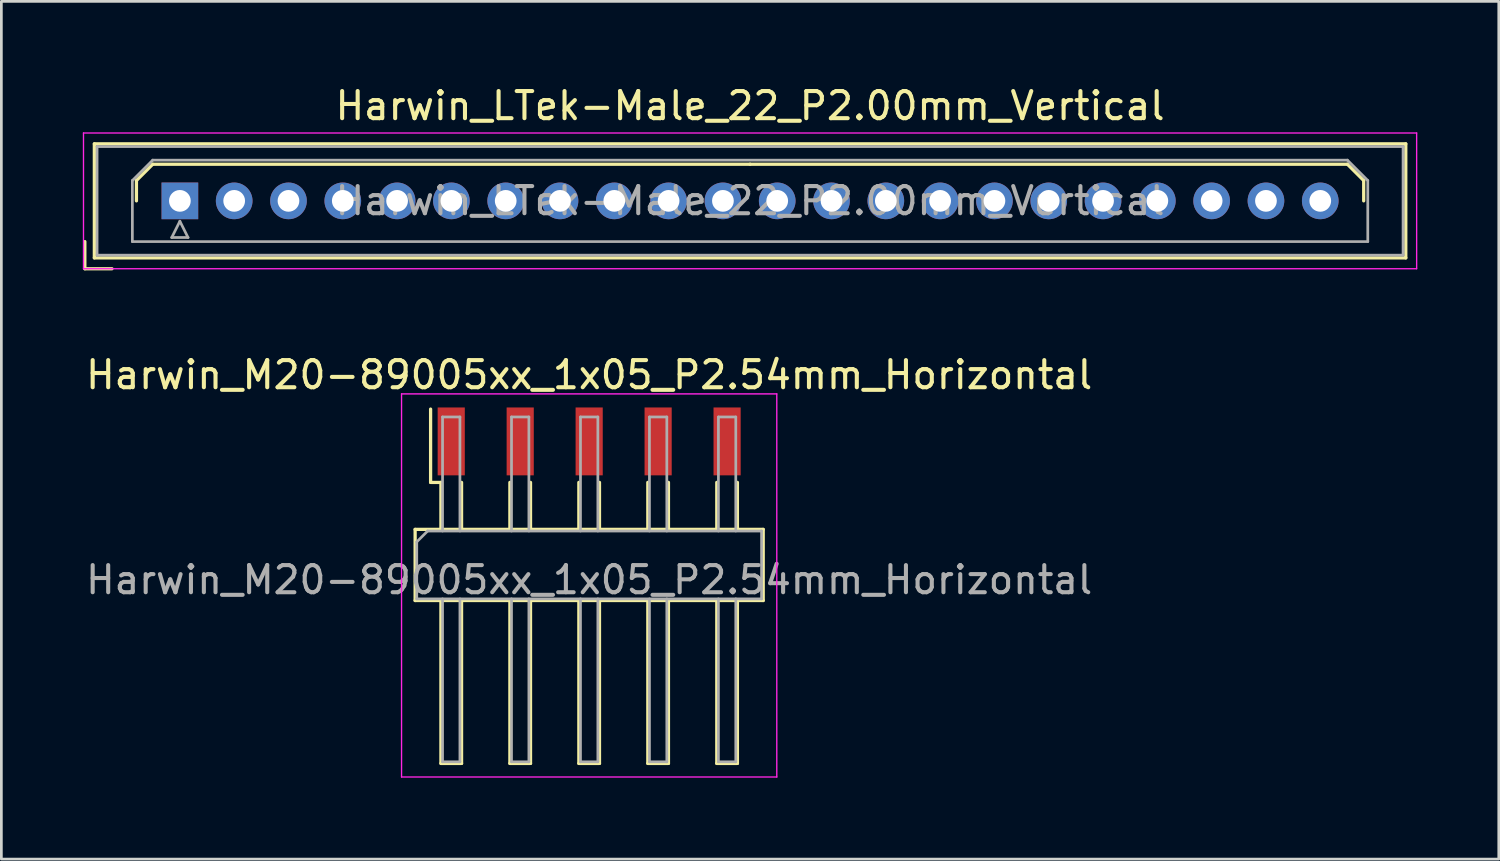
<source format=kicad_pcb>
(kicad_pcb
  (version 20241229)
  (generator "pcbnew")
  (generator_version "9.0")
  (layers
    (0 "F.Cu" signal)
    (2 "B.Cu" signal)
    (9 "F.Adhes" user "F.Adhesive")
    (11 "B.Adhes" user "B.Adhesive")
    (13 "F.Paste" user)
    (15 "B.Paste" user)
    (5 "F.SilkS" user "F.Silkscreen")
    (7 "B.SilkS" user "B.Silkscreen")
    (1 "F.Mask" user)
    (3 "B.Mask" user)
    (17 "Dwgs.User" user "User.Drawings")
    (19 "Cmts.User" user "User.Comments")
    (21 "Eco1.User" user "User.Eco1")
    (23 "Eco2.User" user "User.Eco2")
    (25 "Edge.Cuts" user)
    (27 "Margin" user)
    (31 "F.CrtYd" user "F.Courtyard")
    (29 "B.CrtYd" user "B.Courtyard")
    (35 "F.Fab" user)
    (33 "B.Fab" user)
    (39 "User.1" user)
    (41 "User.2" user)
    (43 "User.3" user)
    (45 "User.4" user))
  (footprint "Harwin_LTek-Male_22_P2.00mm_Vertical"
    (layer "F.Cu")
    (at 3.575 4.348)
    (property "Reference" "Harwin_LTek-Male_22_P2.00mm_Vertical" (at 21 -3.5 0) (layer "F.SilkS") (effects (font (size 1 1) (thickness 0.15))))
    (attr through_hole)
    (fp_line (start -3.5 1.5) (end -3.5 2.5) (stroke (width 0.12) (type solid)) (layer "F.SilkS"))
    (fp_line (start -3.5 2.5) (end -2.5 2.5) (stroke (width 0.12) (type solid)) (layer "F.SilkS"))
    (fp_line (start -3.15 -2.1) (end -3.15 2.1) (stroke (width 0.12) (type solid)) (layer "F.SilkS"))
    (fp_line (start -3.15 2.1) (end 45.15 2.1) (stroke (width 0.12) (type solid)) (layer "F.SilkS"))
    (fp_line (start -1.6 -0.75) (end -1 -1.35) (stroke (width 0.12) (type solid)) (layer "F.SilkS"))
    (fp_line (start -1.6 0) (end -1.6 -0.75) (stroke (width 0.12) (type solid)) (layer "F.SilkS"))
    (fp_line (start -1 -1.35) (end 21 -1.35) (stroke (width 0.12) (type solid)) (layer "F.SilkS"))
    (fp_line (start 43 -1.35) (end 21 -1.35) (stroke (width 0.12) (type solid)) (layer "F.SilkS"))
    (fp_line (start 43.6 -0.75) (end 43 -1.35) (stroke (width 0.12) (type solid)) (layer "F.SilkS"))
    (fp_line (start 43.6 0) (end 43.6 -0.75) (stroke (width 0.12) (type solid)) (layer "F.SilkS"))
    (fp_line (start 45.15 -2.1) (end -3.15 -2.1) (stroke (width 0.12) (type solid)) (layer "F.SilkS"))
    (fp_line (start 45.15 2.1) (end 45.15 -2.1) (stroke (width 0.12) (type solid)) (layer "F.SilkS"))
    (fp_line (start -3.55 -2.5) (end -3.55 2.5) (stroke (width 0.05) (type solid)) (layer "F.CrtYd"))
    (fp_line (start -3.55 2.5) (end 45.55 2.5) (stroke (width 0.05) (type solid)) (layer "F.CrtYd"))
    (fp_line (start 45.55 -2.5) (end -3.55 -2.5) (stroke (width 0.05) (type solid)) (layer "F.CrtYd"))
    (fp_line (start 45.55 2.5) (end 45.55 -2.5) (stroke (width 0.05) (type solid)) (layer "F.CrtYd"))
    (fp_line (start -3.05 -2) (end -3.05 2) (stroke (width 0.1) (type solid)) (layer "F.Fab"))
    (fp_line (start -3.05 2) (end 45.05 2) (stroke (width 0.1) (type solid)) (layer "F.Fab"))
    (fp_line (start -1.75 -0.75) (end -1 -1.5) (stroke (width 0.1) (type solid)) (layer "F.Fab"))
    (fp_line (start -1.75 1.5) (end -1.75 -0.75) (stroke (width 0.1) (type solid)) (layer "F.Fab"))
    (fp_line (start -1 -1.5) (end 43 -1.5) (stroke (width 0.1) (type solid)) (layer "F.Fab"))
    (fp_line (start -0.3 1.35) (end 0.3 1.35) (stroke (width 0.1) (type solid)) (layer "F.Fab"))
    (fp_line (start 0 0.75) (end -0.3 1.35) (stroke (width 0.1) (type solid)) (layer "F.Fab"))
    (fp_line (start 0.3 1.35) (end 0 0.75) (stroke (width 0.1) (type solid)) (layer "F.Fab"))
    (fp_line (start 43 -1.5) (end 43.75 -0.75) (stroke (width 0.1) (type solid)) (layer "F.Fab"))
    (fp_line (start 43.75 -0.75) (end 43.75 1.5) (stroke (width 0.1) (type solid)) (layer "F.Fab"))
    (fp_line (start 43.75 1.5) (end -1.75 1.5) (stroke (width 0.1) (type solid)) (layer "F.Fab"))
    (fp_line (start 45.05 -2) (end -3.05 -2) (stroke (width 0.1) (type solid)) (layer "F.Fab"))
    (fp_line (start 45.05 2) (end 45.05 -2) (stroke (width 0.1) (type solid)) (layer "F.Fab"))
    (fp_text user "${REFERENCE}" (at 21 0 0) (layer "F.Fab") (effects (font (size 1 1) (thickness 0.15))))
    (pad "1" thru_hole rect (at 0 0) (size 1.35 1.35) (drill 0.8) (layers "*.Cu" "*.Mask"))
    (pad "2" thru_hole circle (at 2 0) (size 1.35 1.35) (drill 0.8) (layers "*.Cu" "*.Mask"))
    (pad "3" thru_hole circle (at 4 0) (size 1.35 1.35) (drill 0.8) (layers "*.Cu" "*.Mask"))
    (pad "4" thru_hole circle (at 6 0) (size 1.35 1.35) (drill 0.8) (layers "*.Cu" "*.Mask"))
    (pad "5" thru_hole circle (at 8 0) (size 1.35 1.35) (drill 0.8) (layers "*.Cu" "*.Mask"))
    (pad "6" thru_hole circle (at 10 0) (size 1.35 1.35) (drill 0.8) (layers "*.Cu" "*.Mask"))
    (pad "7" thru_hole circle (at 12 0) (size 1.35 1.35) (drill 0.8) (layers "*.Cu" "*.Mask"))
    (pad "8" thru_hole circle (at 14 0) (size 1.35 1.35) (drill 0.8) (layers "*.Cu" "*.Mask"))
    (pad "9" thru_hole circle (at 16 0) (size 1.35 1.35) (drill 0.8) (layers "*.Cu" "*.Mask"))
    (pad "10" thru_hole circle (at 18 0) (size 1.35 1.35) (drill 0.8) (layers "*.Cu" "*.Mask"))
    (pad "11" thru_hole circle (at 20 0) (size 1.35 1.35) (drill 0.8) (layers "*.Cu" "*.Mask"))
    (pad "12" thru_hole circle (at 22 0) (size 1.35 1.35) (drill 0.8) (layers "*.Cu" "*.Mask"))
    (pad "13" thru_hole circle (at 24 0) (size 1.35 1.35) (drill 0.8) (layers "*.Cu" "*.Mask"))
    (pad "14" thru_hole circle (at 26 0) (size 1.35 1.35) (drill 0.8) (layers "*.Cu" "*.Mask"))
    (pad "15" thru_hole circle (at 28 0) (size 1.35 1.35) (drill 0.8) (layers "*.Cu" "*.Mask"))
    (pad "16" thru_hole circle (at 30 0) (size 1.35 1.35) (drill 0.8) (layers "*.Cu" "*.Mask"))
    (pad "17" thru_hole circle (at 32 0) (size 1.35 1.35) (drill 0.8) (layers "*.Cu" "*.Mask"))
    (pad "18" thru_hole circle (at 34 0) (size 1.35 1.35) (drill 0.8) (layers "*.Cu" "*.Mask"))
    (pad "19" thru_hole circle (at 36 0) (size 1.35 1.35) (drill 0.8) (layers "*.Cu" "*.Mask"))
    (pad "20" thru_hole circle (at 38 0) (size 1.35 1.35) (drill 0.8) (layers "*.Cu" "*.Mask"))
    (pad "21" thru_hole circle (at 40 0) (size 1.35 1.35) (drill 0.8) (layers "*.Cu" "*.Mask"))
    (pad "22" thru_hole circle (at 42 0) (size 1.35 1.35) (drill 0.8) (layers "*.Cu" "*.Mask")))
  (footprint "Harwin_M20-89005xx_1x05_P2.54mm_Horizontal"
    (layer "F.Cu")
    (at 18.649 13.207)
    (property "Reference" "Harwin_M20-89005xx_1x05_P2.54mm_Horizontal" (at 0 -2.45 0) (layer "F.SilkS") (effects (font (size 1 1) (thickness 0.15))))
    (attr smd)
    (fp_line (start -6.41 3.24) (end -6.41 5.86) (stroke (width 0.12) (type solid)) (layer "F.SilkS"))
    (fp_line (start -6.41 5.86) (end 6.41 5.86) (stroke (width 0.12) (type solid)) (layer "F.SilkS"))
    (fp_line (start -5.84 1.51) (end -5.84 -1.19) (stroke (width 0.12) (type solid)) (layer "F.SilkS"))
    (fp_line (start -5.46 1.51) (end -5.84 1.51) (stroke (width 0.12) (type solid)) (layer "F.SilkS"))
    (fp_line (start -5.46 1.51) (end -5.46 3.24) (stroke (width 0.12) (type solid)) (layer "F.SilkS"))
    (fp_line (start -5.46 5.86) (end -5.46 11.86) (stroke (width 0.12) (type solid)) (layer "F.SilkS"))
    (fp_line (start -5.46 11.86) (end -4.7 11.86) (stroke (width 0.12) (type solid)) (layer "F.SilkS"))
    (fp_line (start -4.7 1.51) (end -4.7 3.24) (stroke (width 0.12) (type solid)) (layer "F.SilkS"))
    (fp_line (start -4.7 11.86) (end -4.7 5.86) (stroke (width 0.12) (type solid)) (layer "F.SilkS"))
    (fp_line (start -2.92 1.51) (end -2.92 3.24) (stroke (width 0.12) (type solid)) (layer "F.SilkS"))
    (fp_line (start -2.92 5.86) (end -2.92 11.86) (stroke (width 0.12) (type solid)) (layer "F.SilkS"))
    (fp_line (start -2.92 11.86) (end -2.16 11.86) (stroke (width 0.12) (type solid)) (layer "F.SilkS"))
    (fp_line (start -2.16 1.51) (end -2.16 3.24) (stroke (width 0.12) (type solid)) (layer "F.SilkS"))
    (fp_line (start -2.16 11.86) (end -2.16 5.86) (stroke (width 0.12) (type solid)) (layer "F.SilkS"))
    (fp_line (start -0.38 1.51) (end -0.38 3.24) (stroke (width 0.12) (type solid)) (layer "F.SilkS"))
    (fp_line (start -0.38 5.86) (end -0.38 11.86) (stroke (width 0.12) (type solid)) (layer "F.SilkS"))
    (fp_line (start -0.38 11.86) (end 0.38 11.86) (stroke (width 0.12) (type solid)) (layer "F.SilkS"))
    (fp_line (start 0.38 1.51) (end 0.38 3.24) (stroke (width 0.12) (type solid)) (layer "F.SilkS"))
    (fp_line (start 0.38 11.86) (end 0.38 5.86) (stroke (width 0.12) (type solid)) (layer "F.SilkS"))
    (fp_line (start 2.16 1.51) (end 2.16 3.24) (stroke (width 0.12) (type solid)) (layer "F.SilkS"))
    (fp_line (start 2.16 5.86) (end 2.16 11.86) (stroke (width 0.12) (type solid)) (layer "F.SilkS"))
    (fp_line (start 2.16 11.86) (end 2.92 11.86) (stroke (width 0.12) (type solid)) (layer "F.SilkS"))
    (fp_line (start 2.92 1.51) (end 2.92 3.24) (stroke (width 0.12) (type solid)) (layer "F.SilkS"))
    (fp_line (start 2.92 11.86) (end 2.92 5.86) (stroke (width 0.12) (type solid)) (layer "F.SilkS"))
    (fp_line (start 4.7 1.51) (end 4.7 3.24) (stroke (width 0.12) (type solid)) (layer "F.SilkS"))
    (fp_line (start 4.7 5.86) (end 4.7 11.86) (stroke (width 0.12) (type solid)) (layer "F.SilkS"))
    (fp_line (start 4.7 11.86) (end 5.46 11.86) (stroke (width 0.12) (type solid)) (layer "F.SilkS"))
    (fp_line (start 5.46 1.51) (end 5.46 3.24) (stroke (width 0.12) (type solid)) (layer "F.SilkS"))
    (fp_line (start 5.46 11.86) (end 5.46 5.86) (stroke (width 0.12) (type solid)) (layer "F.SilkS"))
    (fp_line (start 6.41 3.24) (end -6.41 3.24) (stroke (width 0.12) (type solid)) (layer "F.SilkS"))
    (fp_line (start 6.41 5.86) (end 6.41 3.24) (stroke (width 0.12) (type solid)) (layer "F.SilkS"))
    (fp_line (start -6.91 -1.75) (end 6.91 -1.75) (stroke (width 0.05) (type solid)) (layer "F.CrtYd"))
    (fp_line (start -6.91 12.36) (end -6.91 -1.75) (stroke (width 0.05) (type solid)) (layer "F.CrtYd"))
    (fp_line (start 6.91 -1.75) (end 6.91 12.36) (stroke (width 0.05) (type solid)) (layer "F.CrtYd"))
    (fp_line (start 6.91 12.36) (end -6.91 12.36) (stroke (width 0.05) (type solid)) (layer "F.CrtYd"))
    (fp_line (start -6.35 3.7) (end -6.35 5.8) (stroke (width 0.1) (type solid)) (layer "F.Fab"))
    (fp_line (start -6.35 5.8) (end 6.35 5.8) (stroke (width 0.1) (type solid)) (layer "F.Fab"))
    (fp_line (start -5.95 3.3) (end -6.35 3.7) (stroke (width 0.1) (type solid)) (layer "F.Fab"))
    (fp_line (start -5.4 -0.9) (end -4.76 -0.9) (stroke (width 0.1) (type solid)) (layer "F.Fab"))
    (fp_line (start -5.4 3.3) (end -5.4 -0.9) (stroke (width 0.1) (type solid)) (layer "F.Fab"))
    (fp_line (start -5.4 5.8) (end -5.4 11.8) (stroke (width 0.1) (type solid)) (layer "F.Fab"))
    (fp_line (start -5.4 11.8) (end -4.76 11.8) (stroke (width 0.1) (type solid)) (layer "F.Fab"))
    (fp_line (start -4.76 -0.9) (end -4.76 3.3) (stroke (width 0.1) (type solid)) (layer "F.Fab"))
    (fp_line (start -4.76 11.8) (end -4.76 5.8) (stroke (width 0.1) (type solid)) (layer "F.Fab"))
    (fp_line (start -2.86 -0.9) (end -2.22 -0.9) (stroke (width 0.1) (type solid)) (layer "F.Fab"))
    (fp_line (start -2.86 3.3) (end -2.86 -0.9) (stroke (width 0.1) (type solid)) (layer "F.Fab"))
    (fp_line (start -2.86 5.8) (end -2.86 11.8) (stroke (width 0.1) (type solid)) (layer "F.Fab"))
    (fp_line (start -2.86 11.8) (end -2.22 11.8) (stroke (width 0.1) (type solid)) (layer "F.Fab"))
    (fp_line (start -2.22 -0.9) (end -2.22 3.3) (stroke (width 0.1) (type solid)) (layer "F.Fab"))
    (fp_line (start -2.22 11.8) (end -2.22 5.8) (stroke (width 0.1) (type solid)) (layer "F.Fab"))
    (fp_line (start -0.32 -0.9) (end 0.32 -0.9) (stroke (width 0.1) (type solid)) (layer "F.Fab"))
    (fp_line (start -0.32 3.3) (end -0.32 -0.9) (stroke (width 0.1) (type solid)) (layer "F.Fab"))
    (fp_line (start -0.32 5.8) (end -0.32 11.8) (stroke (width 0.1) (type solid)) (layer "F.Fab"))
    (fp_line (start -0.32 11.8) (end 0.32 11.8) (stroke (width 0.1) (type solid)) (layer "F.Fab"))
    (fp_line (start 0.32 -0.9) (end 0.32 3.3) (stroke (width 0.1) (type solid)) (layer "F.Fab"))
    (fp_line (start 0.32 11.8) (end 0.32 5.8) (stroke (width 0.1) (type solid)) (layer "F.Fab"))
    (fp_line (start 2.22 -0.9) (end 2.86 -0.9) (stroke (width 0.1) (type solid)) (layer "F.Fab"))
    (fp_line (start 2.22 3.3) (end 2.22 -0.9) (stroke (width 0.1) (type solid)) (layer "F.Fab"))
    (fp_line (start 2.22 5.8) (end 2.22 11.8) (stroke (width 0.1) (type solid)) (layer "F.Fab"))
    (fp_line (start 2.22 11.8) (end 2.86 11.8) (stroke (width 0.1) (type solid)) (layer "F.Fab"))
    (fp_line (start 2.86 -0.9) (end 2.86 3.3) (stroke (width 0.1) (type solid)) (layer "F.Fab"))
    (fp_line (start 2.86 11.8) (end 2.86 5.8) (stroke (width 0.1) (type solid)) (layer "F.Fab"))
    (fp_line (start 4.76 -0.9) (end 5.4 -0.9) (stroke (width 0.1) (type solid)) (layer "F.Fab"))
    (fp_line (start 4.76 3.3) (end 4.76 -0.9) (stroke (width 0.1) (type solid)) (layer "F.Fab"))
    (fp_line (start 4.76 5.8) (end 4.76 11.8) (stroke (width 0.1) (type solid)) (layer "F.Fab"))
    (fp_line (start 4.76 11.8) (end 5.4 11.8) (stroke (width 0.1) (type solid)) (layer "F.Fab"))
    (fp_line (start 5.4 -0.9) (end 5.4 3.3) (stroke (width 0.1) (type solid)) (layer "F.Fab"))
    (fp_line (start 5.4 11.8) (end 5.4 5.8) (stroke (width 0.1) (type solid)) (layer "F.Fab"))
    (fp_line (start 6.35 3.3) (end -5.95 3.3) (stroke (width 0.1) (type solid)) (layer "F.Fab"))
    (fp_line (start 6.35 5.8) (end 6.35 3.3) (stroke (width 0.1) (type solid)) (layer "F.Fab"))
    (fp_text user "${REFERENCE}" (at 0 5.1 0) (layer "F.Fab") (effects (font (size 1 1) (thickness 0.15))))
    (pad "1" smd rect (at -5.08 0) (size 1 2.5) (layers "F.Cu" "F.Mask" "F.Paste"))
    (pad "2" smd rect (at -2.54 0) (size 1 2.5) (layers "F.Cu" "F.Mask" "F.Paste"))
    (pad "3" smd rect (at 0 0) (size 1 2.5) (layers "F.Cu" "F.Mask" "F.Paste"))
    (pad "4" smd rect (at 2.54 0) (size 1 2.5) (layers "F.Cu" "F.Mask" "F.Paste"))
    (pad "5" smd rect (at 5.08 0) (size 1 2.5) (layers "F.Cu" "F.Mask" "F.Paste")))
  (gr_rect
    (start -3 -3)
    (end 52.15 28.591)
    (stroke (width 0.1) (type default))
    (fill no)
    (layer "Edge.Cuts")))
</source>
